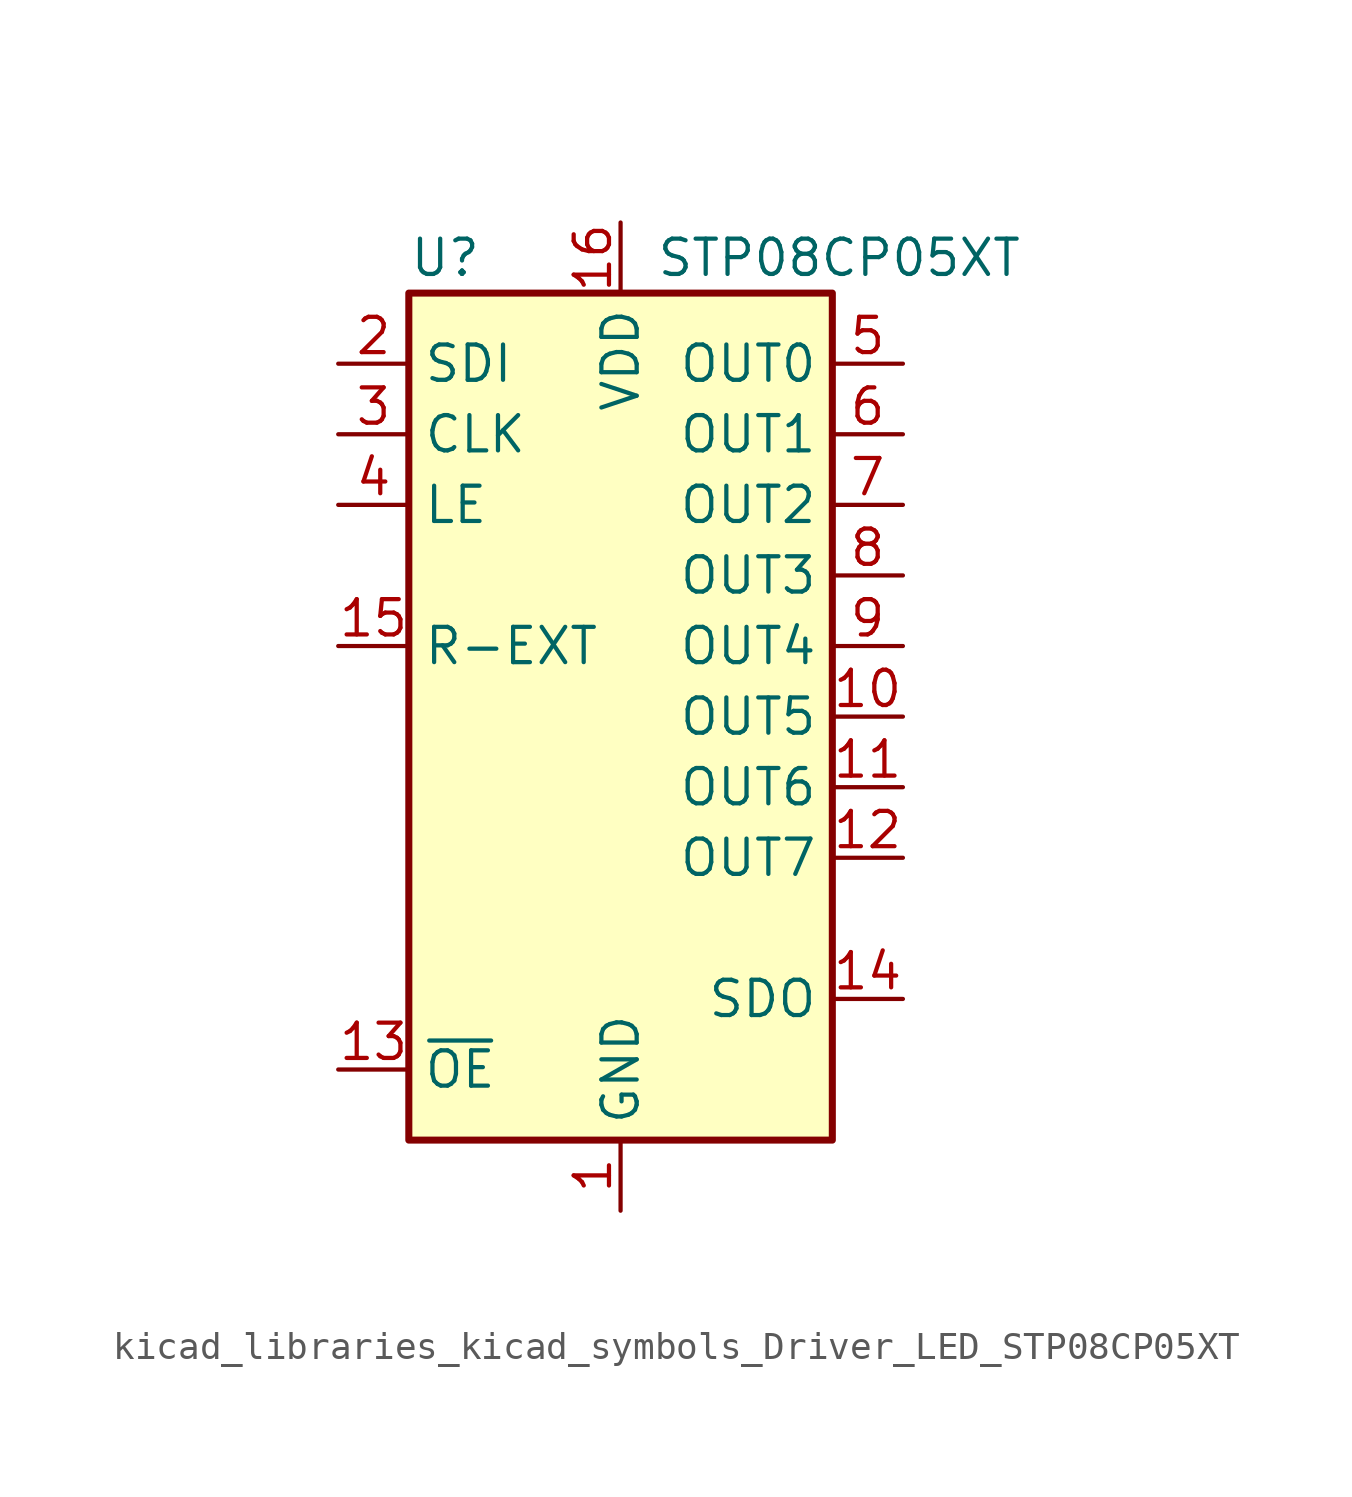
<source format=kicad_sym>
(kicad_symbol_lib
  (version 20220914)
  (generator kicad_symbol_editor)
  (symbol "kicad_libraries_kicad_symbols_Driver_LED_STP08CP05XT"
    (property "Reference" "U"
      (at -7.62 16.51 0)
      (effects (font (size 1.27 1.27)) (justify left)))
    (property "Value" "STP08CP05XT"
      (at 1.27 16.51 0)
      (effects (font (size 1.27 1.27)) (justify left)))
    (symbol "kicad_libraries_kicad_symbols_Driver_LED_STP08CP05XT_0_1"
      (rectangle (start -7.62 15.24) (end 7.62 -15.24) (stroke (width 0.254) (type default)) (fill (type background))))
    (symbol "kicad_libraries_kicad_symbols_Driver_LED_STP08CP05XT_1_1"
      (pin power_in line (at 0 -17.78 90) (length 2.54) (name "GND" (effects (font (size 1.27 1.27)))) (number "1" (effects (font (size 1.27 1.27)))))
      (pin output line (at 10.16 0 180) (length 2.54) (name "OUT5" (effects (font (size 1.27 1.27)))) (number "10" (effects (font (size 1.27 1.27)))))
      (pin output line (at 10.16 -2.54 180) (length 2.54) (name "OUT6" (effects (font (size 1.27 1.27)))) (number "11" (effects (font (size 1.27 1.27)))))
      (pin output line (at 10.16 -5.08 180) (length 2.54) (name "OUT7" (effects (font (size 1.27 1.27)))) (number "12" (effects (font (size 1.27 1.27)))))
      (pin input line (at -10.16 -12.7 0) (length 2.54) (name "~{OE}" (effects (font (size 1.27 1.27)))) (number "13" (effects (font (size 1.27 1.27)))))
      (pin output line (at 10.16 -10.16 180) (length 2.54) (name "SDO" (effects (font (size 1.27 1.27)))) (number "14" (effects (font (size 1.27 1.27)))))
      (pin passive line (at -10.16 2.54 0) (length 2.54) (name "R-EXT" (effects (font (size 1.27 1.27)))) (number "15" (effects (font (size 1.27 1.27)))))
      (pin power_in line (at 0 17.78 270) (length 2.54) (name "VDD" (effects (font (size 1.27 1.27)))) (number "16" (effects (font (size 1.27 1.27)))))
      (pin passive line (at 0 -17.78 90) (length 2.54) hide (name "GND" (effects (font (size 1.27 1.27)))) (number "17" (effects (font (size 1.27 1.27)))))
      (pin input line (at -10.16 12.7 0) (length 2.54) (name "SDI" (effects (font (size 1.27 1.27)))) (number "2" (effects (font (size 1.27 1.27)))))
      (pin input line (at -10.16 10.16 0) (length 2.54) (name "CLK" (effects (font (size 1.27 1.27)))) (number "3" (effects (font (size 1.27 1.27)))))
      (pin input line (at -10.16 7.62 0) (length 2.54) (name "LE" (effects (font (size 1.27 1.27)))) (number "4" (effects (font (size 1.27 1.27)))))
      (pin output line (at 10.16 12.7 180) (length 2.54) (name "OUT0" (effects (font (size 1.27 1.27)))) (number "5" (effects (font (size 1.27 1.27)))))
      (pin output line (at 10.16 10.16 180) (length 2.54) (name "OUT1" (effects (font (size 1.27 1.27)))) (number "6" (effects (font (size 1.27 1.27)))))
      (pin output line (at 10.16 7.62 180) (length 2.54) (name "OUT2" (effects (font (size 1.27 1.27)))) (number "7" (effects (font (size 1.27 1.27)))))
      (pin output line (at 10.16 5.08 180) (length 2.54) (name "OUT3" (effects (font (size 1.27 1.27)))) (number "8" (effects (font (size 1.27 1.27)))))
      (pin output line (at 10.16 2.54 180) (length 2.54) (name "OUT4" (effects (font (size 1.27 1.27)))) (number "9" (effects (font (size 1.27 1.27))))))))
</source>
